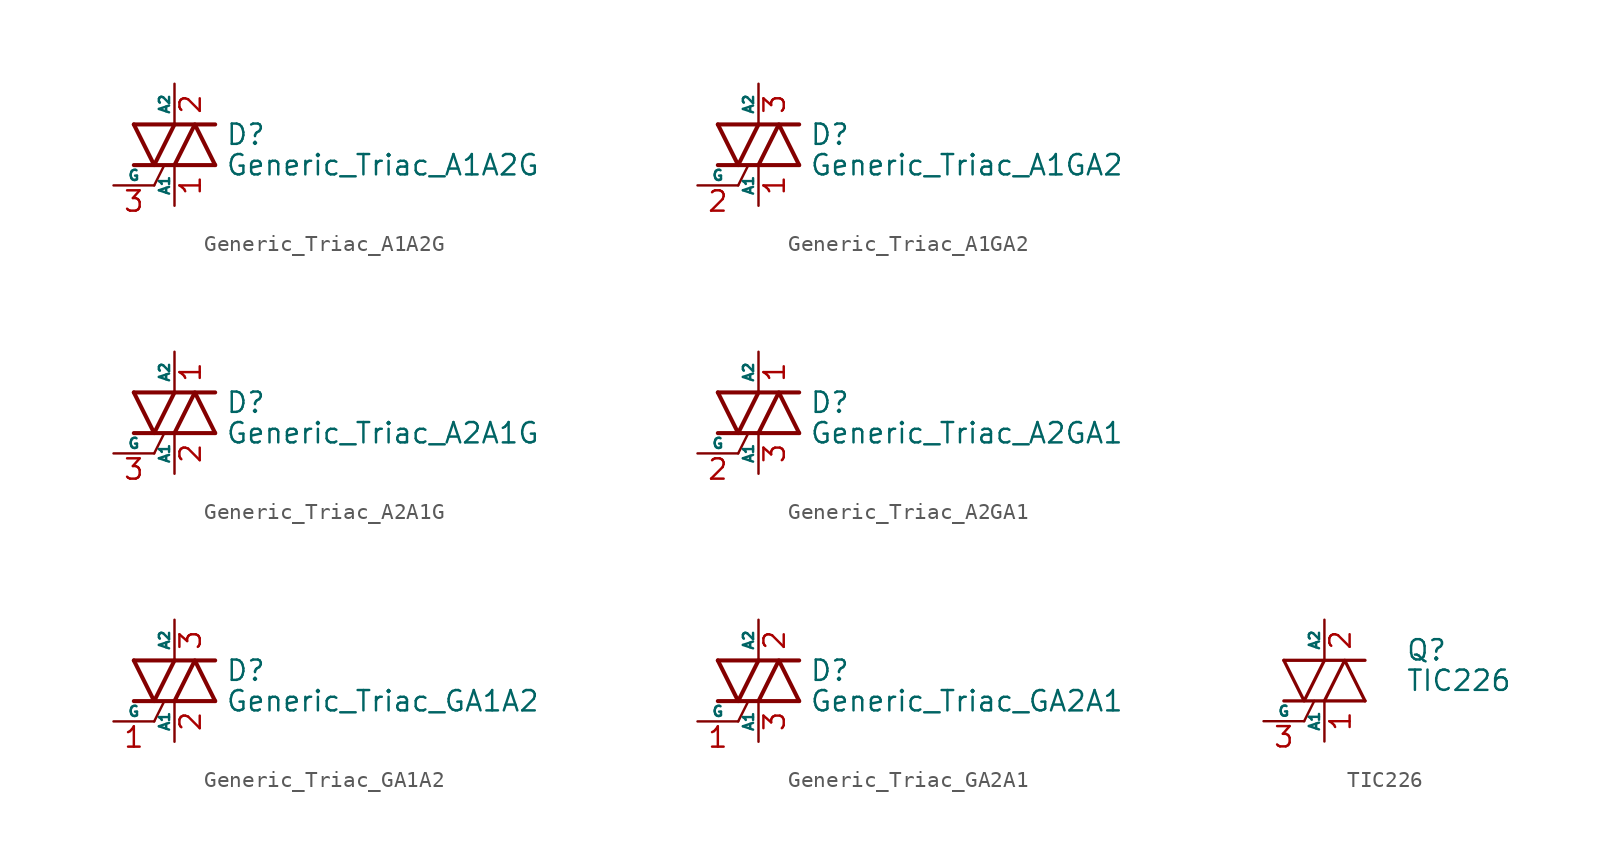
<source format=kicad_sym>
(kicad_symbol_lib
  (version 20231120)
  (generator "kicad_symbol_editor")
  (generator_version "8.0")
  (symbol "Generic_Triac_A1A2G"
    (pin_names
      (offset 0))
    (property "Reference" "D"
      (at 3.175 0.635 0)
      (effects (font (size 1.27 1.27)) (justify left)))
    (property "Value" "Generic_Triac_A1A2G"
      (at 3.175 -1.27 0)
      (effects (font (size 1.27 1.27)) (justify left)))
    (symbol "Generic_Triac_A1A2G_0_1"
      (polyline (pts (xy -2.54 -1.27) (xy 2.54 -1.27)) (stroke (width 0.254) (type default)) (fill (type none)))
      (polyline (pts (xy -2.54 1.27) (xy 2.54 1.27)) (stroke (width 0.254) (type default)) (fill (type none)))
      (polyline (pts (xy -1.27 -2.54) (xy -0.635 -1.27)) (stroke (width 0) (type default)) (fill (type none)))
      (polyline (pts (xy -2.54 1.27) (xy -1.27 -1.27) (xy 0 1.27)) (stroke (width 0.254) (type default)) (fill (type none)))
      (polyline (pts (xy 0 -1.27) (xy 1.27 1.27) (xy 2.54 -1.27)) (stroke (width 0.254) (type default)) (fill (type none))))
    (symbol "Generic_Triac_A1A2G_1_1"
      (pin passive line (at 0 -3.81 90) (length 2.54) (name "A1" (effects (font (size 0.635 0.635)))) (number "1" (effects (font (size 1.27 1.27)))))
      (pin passive line (at 0 3.81 270) (length 2.54) (name "A2" (effects (font (size 0.635 0.635)))) (number "2" (effects (font (size 1.27 1.27)))))
      (pin input line (at -3.81 -2.54 0) (length 2.54) (name "G" (effects (font (size 0.635 0.635)))) (number "3" (effects (font (size 1.27 1.27)))))))
  (symbol "Generic_Triac_A1GA2"
    (pin_names
      (offset 0))
    (property "Reference" "D"
      (at 3.175 0.635 0)
      (effects (font (size 1.27 1.27)) (justify left)))
    (property "Value" "Generic_Triac_A1GA2"
      (at 3.175 -1.27 0)
      (effects (font (size 1.27 1.27)) (justify left)))
    (symbol "Generic_Triac_A1GA2_0_1"
      (polyline (pts (xy -2.54 -1.27) (xy 2.54 -1.27)) (stroke (width 0.254) (type default)) (fill (type none)))
      (polyline (pts (xy -2.54 1.27) (xy 2.54 1.27)) (stroke (width 0.254) (type default)) (fill (type none)))
      (polyline (pts (xy -1.27 -2.54) (xy -0.635 -1.27)) (stroke (width 0) (type default)) (fill (type none)))
      (polyline (pts (xy -2.54 1.27) (xy -1.27 -1.27) (xy 0 1.27)) (stroke (width 0.254) (type default)) (fill (type none)))
      (polyline (pts (xy 0 -1.27) (xy 1.27 1.27) (xy 2.54 -1.27)) (stroke (width 0.254) (type default)) (fill (type none))))
    (symbol "Generic_Triac_A1GA2_1_1"
      (pin passive line (at 0 -3.81 90) (length 2.54) (name "A1" (effects (font (size 0.635 0.635)))) (number "1" (effects (font (size 1.27 1.27)))))
      (pin input line (at -3.81 -2.54 0) (length 2.54) (name "G" (effects (font (size 0.635 0.635)))) (number "2" (effects (font (size 1.27 1.27)))))
      (pin passive line (at 0 3.81 270) (length 2.54) (name "A2" (effects (font (size 0.635 0.635)))) (number "3" (effects (font (size 1.27 1.27)))))))
  (symbol "Generic_Triac_A2A1G"
    (pin_names
      (offset 0))
    (property "Reference" "D"
      (at 3.175 0.635 0)
      (effects (font (size 1.27 1.27)) (justify left)))
    (property "Value" "Generic_Triac_A2A1G"
      (at 3.175 -1.27 0)
      (effects (font (size 1.27 1.27)) (justify left)))
    (symbol "Generic_Triac_A2A1G_0_1"
      (polyline (pts (xy -2.54 -1.27) (xy 2.54 -1.27)) (stroke (width 0.254) (type default)) (fill (type none)))
      (polyline (pts (xy -2.54 1.27) (xy 2.54 1.27)) (stroke (width 0.254) (type default)) (fill (type none)))
      (polyline (pts (xy -1.27 -2.54) (xy -0.635 -1.27)) (stroke (width 0) (type default)) (fill (type none)))
      (polyline (pts (xy -2.54 1.27) (xy -1.27 -1.27) (xy 0 1.27)) (stroke (width 0.254) (type default)) (fill (type none)))
      (polyline (pts (xy 0 -1.27) (xy 1.27 1.27) (xy 2.54 -1.27)) (stroke (width 0.254) (type default)) (fill (type none))))
    (symbol "Generic_Triac_A2A1G_1_1"
      (pin passive line (at 0 3.81 270) (length 2.54) (name "A2" (effects (font (size 0.635 0.635)))) (number "1" (effects (font (size 1.27 1.27)))))
      (pin passive line (at 0 -3.81 90) (length 2.54) (name "A1" (effects (font (size 0.635 0.635)))) (number "2" (effects (font (size 1.27 1.27)))))
      (pin input line (at -3.81 -2.54 0) (length 2.54) (name "G" (effects (font (size 0.635 0.635)))) (number "3" (effects (font (size 1.27 1.27)))))))
  (symbol "Generic_Triac_A2GA1"
    (pin_names
      (offset 0))
    (property "Reference" "D"
      (at 3.175 0.635 0)
      (effects (font (size 1.27 1.27)) (justify left)))
    (property "Value" "Generic_Triac_A2GA1"
      (at 3.175 -1.27 0)
      (effects (font (size 1.27 1.27)) (justify left)))
    (symbol "Generic_Triac_A2GA1_0_1"
      (polyline (pts (xy -2.54 -1.27) (xy 2.54 -1.27)) (stroke (width 0.254) (type default)) (fill (type none)))
      (polyline (pts (xy -2.54 1.27) (xy 2.54 1.27)) (stroke (width 0.254) (type default)) (fill (type none)))
      (polyline (pts (xy -1.27 -2.54) (xy -0.635 -1.27)) (stroke (width 0) (type default)) (fill (type none)))
      (polyline (pts (xy -2.54 1.27) (xy -1.27 -1.27) (xy 0 1.27)) (stroke (width 0.254) (type default)) (fill (type none)))
      (polyline (pts (xy 0 -1.27) (xy 1.27 1.27) (xy 2.54 -1.27)) (stroke (width 0.254) (type default)) (fill (type none))))
    (symbol "Generic_Triac_A2GA1_1_1"
      (pin passive line (at 0 3.81 270) (length 2.54) (name "A2" (effects (font (size 0.635 0.635)))) (number "1" (effects (font (size 1.27 1.27)))))
      (pin input line (at -3.81 -2.54 0) (length 2.54) (name "G" (effects (font (size 0.635 0.635)))) (number "2" (effects (font (size 1.27 1.27)))))
      (pin passive line (at 0 -3.81 90) (length 2.54) (name "A1" (effects (font (size 0.635 0.635)))) (number "3" (effects (font (size 1.27 1.27)))))))
  (symbol "Generic_Triac_GA1A2"
    (pin_names
      (offset 0))
    (property "Reference" "D"
      (at 3.175 0.635 0)
      (effects (font (size 1.27 1.27)) (justify left)))
    (property "Value" "Generic_Triac_GA1A2"
      (at 3.175 -1.27 0)
      (effects (font (size 1.27 1.27)) (justify left)))
    (symbol "Generic_Triac_GA1A2_0_1"
      (polyline (pts (xy -2.54 -1.27) (xy 2.54 -1.27)) (stroke (width 0.254) (type default)) (fill (type none)))
      (polyline (pts (xy -2.54 1.27) (xy 2.54 1.27)) (stroke (width 0.254) (type default)) (fill (type none)))
      (polyline (pts (xy -1.27 -2.54) (xy -0.635 -1.27)) (stroke (width 0) (type default)) (fill (type none)))
      (polyline (pts (xy -2.54 1.27) (xy -1.27 -1.27) (xy 0 1.27)) (stroke (width 0.254) (type default)) (fill (type none)))
      (polyline (pts (xy 0 -1.27) (xy 1.27 1.27) (xy 2.54 -1.27)) (stroke (width 0.254) (type default)) (fill (type none))))
    (symbol "Generic_Triac_GA1A2_1_1"
      (pin input line (at -3.81 -2.54 0) (length 2.54) (name "G" (effects (font (size 0.635 0.635)))) (number "1" (effects (font (size 1.27 1.27)))))
      (pin passive line (at 0 -3.81 90) (length 2.54) (name "A1" (effects (font (size 0.635 0.635)))) (number "2" (effects (font (size 1.27 1.27)))))
      (pin passive line (at 0 3.81 270) (length 2.54) (name "A2" (effects (font (size 0.635 0.635)))) (number "3" (effects (font (size 1.27 1.27)))))))
  (symbol "Generic_Triac_GA2A1"
    (pin_names
      (offset 0))
    (property "Reference" "D"
      (at 3.175 0.635 0)
      (effects (font (size 1.27 1.27)) (justify left)))
    (property "Value" "Generic_Triac_GA2A1"
      (at 3.175 -1.27 0)
      (effects (font (size 1.27 1.27)) (justify left)))
    (symbol "Generic_Triac_GA2A1_0_1"
      (polyline (pts (xy -2.54 -1.27) (xy 2.54 -1.27)) (stroke (width 0.254) (type default)) (fill (type none)))
      (polyline (pts (xy -2.54 1.27) (xy 2.54 1.27)) (stroke (width 0.254) (type default)) (fill (type none)))
      (polyline (pts (xy -1.27 -2.54) (xy -0.635 -1.27)) (stroke (width 0) (type default)) (fill (type none)))
      (polyline (pts (xy -2.54 1.27) (xy -1.27 -1.27) (xy 0 1.27)) (stroke (width 0.254) (type default)) (fill (type none)))
      (polyline (pts (xy 0 -1.27) (xy 1.27 1.27) (xy 2.54 -1.27)) (stroke (width 0.254) (type default)) (fill (type none))))
    (symbol "Generic_Triac_GA2A1_1_1"
      (pin input line (at -3.81 -2.54 0) (length 2.54) (name "G" (effects (font (size 0.635 0.635)))) (number "1" (effects (font (size 1.27 1.27)))))
      (pin passive line (at 0 3.81 270) (length 2.54) (name "A2" (effects (font (size 0.635 0.635)))) (number "2" (effects (font (size 1.27 1.27)))))
      (pin passive line (at 0 -3.81 90) (length 2.54) (name "A1" (effects (font (size 0.635 0.635)))) (number "3" (effects (font (size 1.27 1.27)))))))
  (symbol "TIC226"
    (pin_names
      (offset 0))
    (property "Reference" "Q"
      (at 5.08 1.905 0)
      (effects (font (size 1.27 1.27)) (justify left)))
    (property "Value" "TIC226"
      (at 5.08 0 0)
      (effects (font (size 1.27 1.27)) (justify left)))
    (symbol "TIC226_0_1"
      (polyline (pts (xy -2.54 -1.27) (xy 2.54 -1.27)) (stroke (width 0.203) (type default)) (fill (type none)))
      (polyline (pts (xy -2.54 1.27) (xy 2.54 1.27)) (stroke (width 0.203) (type default)) (fill (type none)))
      (polyline (pts (xy -1.27 -2.54) (xy -0.635 -1.27)) (stroke (width 0) (type default)) (fill (type none)))
      (polyline (pts (xy -2.54 1.27) (xy -1.27 -1.27) (xy 0 1.27)) (stroke (width 0.203) (type default)) (fill (type none)))
      (polyline (pts (xy 0 -1.27) (xy 1.27 1.27) (xy 2.54 -1.27)) (stroke (width 0.203) (type default)) (fill (type none))))
    (symbol "TIC226_1_1"
      (pin passive line (at 0 -3.81 90) (length 2.54) (name "A1" (effects (font (size 0.635 0.635)))) (number "1" (effects (font (size 1.27 1.27)))))
      (pin passive line (at 0 3.81 270) (length 2.54) (name "A2" (effects (font (size 0.635 0.635)))) (number "2" (effects (font (size 1.27 1.27)))))
      (pin input line (at -3.81 -2.54 0) (length 2.54) (name "G" (effects (font (size 0.635 0.635)))) (number "3" (effects (font (size 1.27 1.27))))))))
</source>
